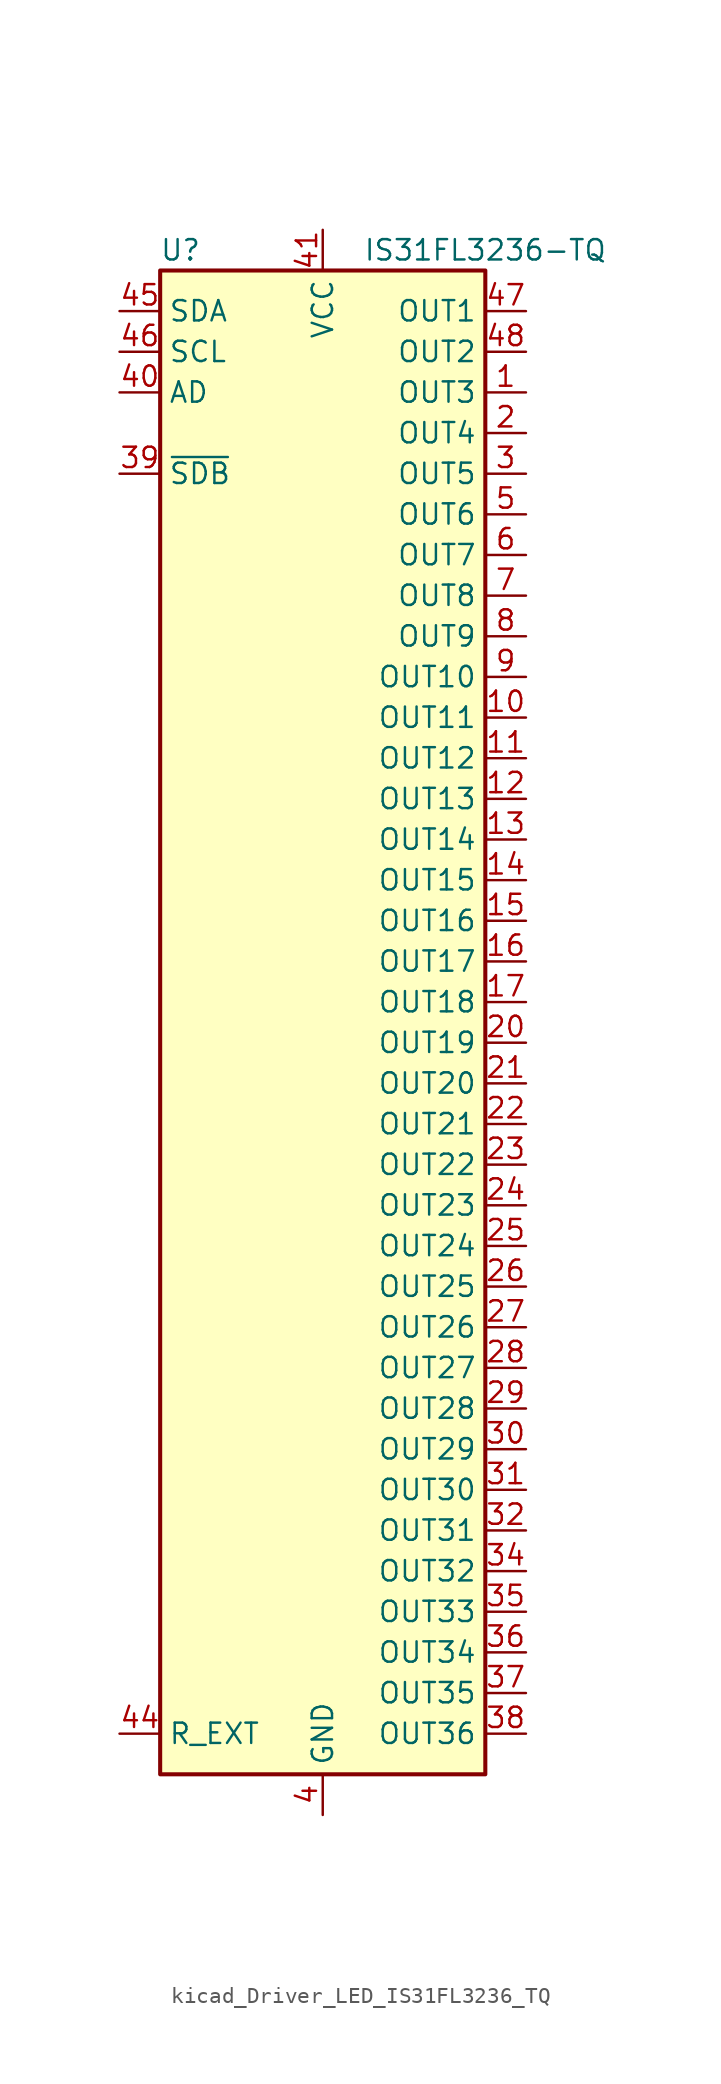
<source format=kicad_sym>
(kicad_symbol_lib
  (version 20220914)
  (generator kicad_symbol_editor)
  (symbol "kicad_Driver_LED_IS31FL3236_TQ"
    (property "Reference" "U"
      (at -8.89 46.99 0)
      (effects (font (size 1.27 1.27))))
    (property "Value" "IS31FL3236-TQ"
      (at 10.16 46.99 0)
      (effects (font (size 1.27 1.27))))
    (symbol "kicad_Driver_LED_IS31FL3236_TQ_0_1"
      (rectangle (start -10.16 45.72) (end 10.16 -48.26) (stroke (width 0.254) (type default)) (fill (type background))))
    (symbol "kicad_Driver_LED_IS31FL3236_TQ_1_1"
      (pin output line (at 12.7 38.1 180) (length 2.54) (name "OUT3" (effects (font (size 1.27 1.27)))) (number "1" (effects (font (size 1.27 1.27)))))
      (pin output line (at 12.7 17.78 180) (length 2.54) (name "OUT11" (effects (font (size 1.27 1.27)))) (number "10" (effects (font (size 1.27 1.27)))))
      (pin output line (at 12.7 15.24 180) (length 2.54) (name "OUT12" (effects (font (size 1.27 1.27)))) (number "11" (effects (font (size 1.27 1.27)))))
      (pin output line (at 12.7 12.7 180) (length 2.54) (name "OUT13" (effects (font (size 1.27 1.27)))) (number "12" (effects (font (size 1.27 1.27)))))
      (pin output line (at 12.7 10.16 180) (length 2.54) (name "OUT14" (effects (font (size 1.27 1.27)))) (number "13" (effects (font (size 1.27 1.27)))))
      (pin output line (at 12.7 7.62 180) (length 2.54) (name "OUT15" (effects (font (size 1.27 1.27)))) (number "14" (effects (font (size 1.27 1.27)))))
      (pin output line (at 12.7 5.08 180) (length 2.54) (name "OUT16" (effects (font (size 1.27 1.27)))) (number "15" (effects (font (size 1.27 1.27)))))
      (pin output line (at 12.7 2.54 180) (length 2.54) (name "OUT17" (effects (font (size 1.27 1.27)))) (number "16" (effects (font (size 1.27 1.27)))))
      (pin output line (at 12.7 0 180) (length 2.54) (name "OUT18" (effects (font (size 1.27 1.27)))) (number "17" (effects (font (size 1.27 1.27)))))
      (pin passive line (at 0 -50.8 90) (length 2.54) hide (name "GND" (effects (font (size 1.27 1.27)))) (number "18" (effects (font (size 1.27 1.27)))))
      (pin passive line (at 0 -50.8 90) (length 2.54) hide (name "GND" (effects (font (size 1.27 1.27)))) (number "19" (effects (font (size 1.27 1.27)))))
      (pin output line (at 12.7 35.56 180) (length 2.54) (name "OUT4" (effects (font (size 1.27 1.27)))) (number "2" (effects (font (size 1.27 1.27)))))
      (pin output line (at 12.7 -2.54 180) (length 2.54) (name "OUT19" (effects (font (size 1.27 1.27)))) (number "20" (effects (font (size 1.27 1.27)))))
      (pin output line (at 12.7 -5.08 180) (length 2.54) (name "OUT20" (effects (font (size 1.27 1.27)))) (number "21" (effects (font (size 1.27 1.27)))))
      (pin output line (at 12.7 -7.62 180) (length 2.54) (name "OUT21" (effects (font (size 1.27 1.27)))) (number "22" (effects (font (size 1.27 1.27)))))
      (pin output line (at 12.7 -10.16 180) (length 2.54) (name "OUT22" (effects (font (size 1.27 1.27)))) (number "23" (effects (font (size 1.27 1.27)))))
      (pin output line (at 12.7 -12.7 180) (length 2.54) (name "OUT23" (effects (font (size 1.27 1.27)))) (number "24" (effects (font (size 1.27 1.27)))))
      (pin output line (at 12.7 -15.24 180) (length 2.54) (name "OUT24" (effects (font (size 1.27 1.27)))) (number "25" (effects (font (size 1.27 1.27)))))
      (pin output line (at 12.7 -17.78 180) (length 2.54) (name "OUT25" (effects (font (size 1.27 1.27)))) (number "26" (effects (font (size 1.27 1.27)))))
      (pin output line (at 12.7 -20.32 180) (length 2.54) (name "OUT26" (effects (font (size 1.27 1.27)))) (number "27" (effects (font (size 1.27 1.27)))))
      (pin output line (at 12.7 -22.86 180) (length 2.54) (name "OUT27" (effects (font (size 1.27 1.27)))) (number "28" (effects (font (size 1.27 1.27)))))
      (pin output line (at 12.7 -25.4 180) (length 2.54) (name "OUT28" (effects (font (size 1.27 1.27)))) (number "29" (effects (font (size 1.27 1.27)))))
      (pin output line (at 12.7 33.02 180) (length 2.54) (name "OUT5" (effects (font (size 1.27 1.27)))) (number "3" (effects (font (size 1.27 1.27)))))
      (pin output line (at 12.7 -27.94 180) (length 2.54) (name "OUT29" (effects (font (size 1.27 1.27)))) (number "30" (effects (font (size 1.27 1.27)))))
      (pin output line (at 12.7 -30.48 180) (length 2.54) (name "OUT30" (effects (font (size 1.27 1.27)))) (number "31" (effects (font (size 1.27 1.27)))))
      (pin output line (at 12.7 -33.02 180) (length 2.54) (name "OUT31" (effects (font (size 1.27 1.27)))) (number "32" (effects (font (size 1.27 1.27)))))
      (pin passive line (at 0 -50.8 90) (length 2.54) hide (name "GND" (effects (font (size 1.27 1.27)))) (number "33" (effects (font (size 1.27 1.27)))))
      (pin output line (at 12.7 -35.56 180) (length 2.54) (name "OUT32" (effects (font (size 1.27 1.27)))) (number "34" (effects (font (size 1.27 1.27)))))
      (pin output line (at 12.7 -38.1 180) (length 2.54) (name "OUT33" (effects (font (size 1.27 1.27)))) (number "35" (effects (font (size 1.27 1.27)))))
      (pin output line (at 12.7 -40.64 180) (length 2.54) (name "OUT34" (effects (font (size 1.27 1.27)))) (number "36" (effects (font (size 1.27 1.27)))))
      (pin output line (at 12.7 -43.18 180) (length 2.54) (name "OUT35" (effects (font (size 1.27 1.27)))) (number "37" (effects (font (size 1.27 1.27)))))
      (pin output line (at 12.7 -45.72 180) (length 2.54) (name "OUT36" (effects (font (size 1.27 1.27)))) (number "38" (effects (font (size 1.27 1.27)))))
      (pin input line (at -12.7 33.02 0) (length 2.54) (name "~{SDB}" (effects (font (size 1.27 1.27)))) (number "39" (effects (font (size 1.27 1.27)))))
      (pin power_in line (at 0 -50.8 90) (length 2.54) (name "GND" (effects (font (size 1.27 1.27)))) (number "4" (effects (font (size 1.27 1.27)))))
      (pin input line (at -12.7 38.1 0) (length 2.54) (name "AD" (effects (font (size 1.27 1.27)))) (number "40" (effects (font (size 1.27 1.27)))))
      (pin power_in line (at 0 48.26 270) (length 2.54) (name "VCC" (effects (font (size 1.27 1.27)))) (number "41" (effects (font (size 1.27 1.27)))))
      (pin passive line (at 0 -50.8 90) (length 2.54) hide (name "GND" (effects (font (size 1.27 1.27)))) (number "42" (effects (font (size 1.27 1.27)))))
      (pin passive line (at 0 -50.8 90) (length 2.54) hide (name "GND" (effects (font (size 1.27 1.27)))) (number "43" (effects (font (size 1.27 1.27)))))
      (pin passive line (at -12.7 -45.72 0) (length 2.54) (name "R_EXT" (effects (font (size 1.27 1.27)))) (number "44" (effects (font (size 1.27 1.27)))))
      (pin open_collector line (at -12.7 43.18 0) (length 2.54) (name "SDA" (effects (font (size 1.27 1.27)))) (number "45" (effects (font (size 1.27 1.27)))))
      (pin input line (at -12.7 40.64 0) (length 2.54) (name "SCL" (effects (font (size 1.27 1.27)))) (number "46" (effects (font (size 1.27 1.27)))))
      (pin output line (at 12.7 43.18 180) (length 2.54) (name "OUT1" (effects (font (size 1.27 1.27)))) (number "47" (effects (font (size 1.27 1.27)))))
      (pin output line (at 12.7 40.64 180) (length 2.54) (name "OUT2" (effects (font (size 1.27 1.27)))) (number "48" (effects (font (size 1.27 1.27)))))
      (pin passive line (at 0 -50.8 90) (length 2.54) hide (name "GND" (effects (font (size 1.27 1.27)))) (number "49" (effects (font (size 1.27 1.27)))))
      (pin output line (at 12.7 30.48 180) (length 2.54) (name "OUT6" (effects (font (size 1.27 1.27)))) (number "5" (effects (font (size 1.27 1.27)))))
      (pin output line (at 12.7 27.94 180) (length 2.54) (name "OUT7" (effects (font (size 1.27 1.27)))) (number "6" (effects (font (size 1.27 1.27)))))
      (pin output line (at 12.7 25.4 180) (length 2.54) (name "OUT8" (effects (font (size 1.27 1.27)))) (number "7" (effects (font (size 1.27 1.27)))))
      (pin output line (at 12.7 22.86 180) (length 2.54) (name "OUT9" (effects (font (size 1.27 1.27)))) (number "8" (effects (font (size 1.27 1.27)))))
      (pin output line (at 12.7 20.32 180) (length 2.54) (name "OUT10" (effects (font (size 1.27 1.27)))) (number "9" (effects (font (size 1.27 1.27))))))))
</source>
